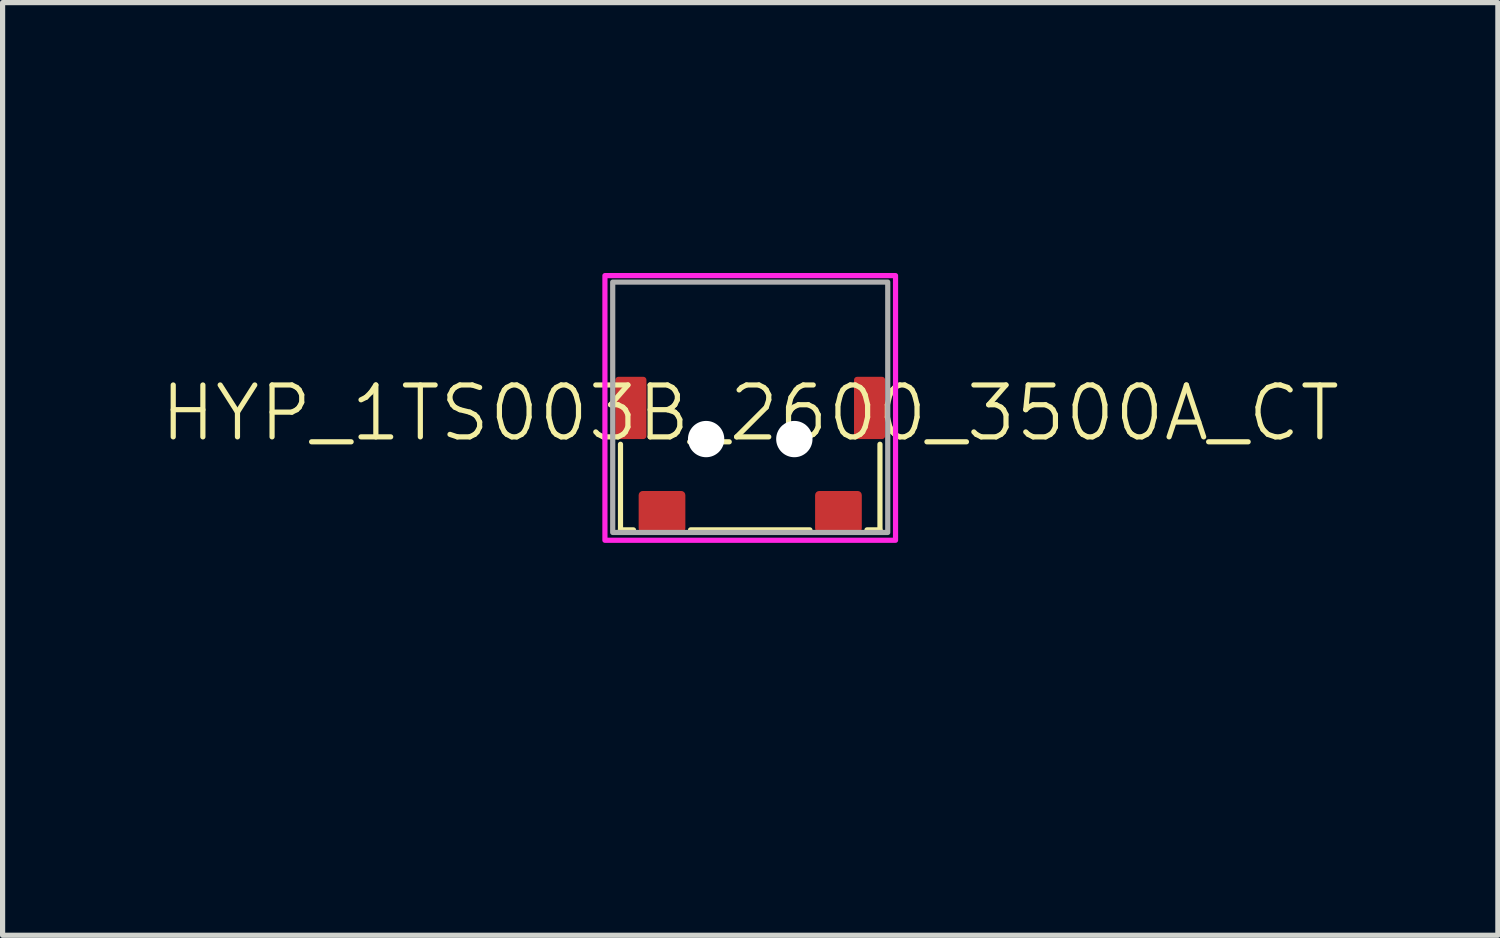
<source format=kicad_pcb>
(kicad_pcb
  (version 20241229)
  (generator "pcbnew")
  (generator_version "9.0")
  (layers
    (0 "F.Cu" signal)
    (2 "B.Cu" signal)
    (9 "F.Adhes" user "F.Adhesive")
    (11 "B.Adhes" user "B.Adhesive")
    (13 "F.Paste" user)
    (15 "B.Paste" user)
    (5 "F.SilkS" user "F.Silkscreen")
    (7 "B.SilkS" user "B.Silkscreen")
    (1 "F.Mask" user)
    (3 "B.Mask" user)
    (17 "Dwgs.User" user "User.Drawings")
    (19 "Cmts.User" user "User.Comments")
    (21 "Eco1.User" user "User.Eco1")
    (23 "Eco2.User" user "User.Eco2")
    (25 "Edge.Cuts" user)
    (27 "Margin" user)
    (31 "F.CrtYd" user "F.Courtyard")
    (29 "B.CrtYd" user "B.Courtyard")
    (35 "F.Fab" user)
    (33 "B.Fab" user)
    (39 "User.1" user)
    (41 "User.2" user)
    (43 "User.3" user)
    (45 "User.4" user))
  (footprint "HYP_1TS003B_2600_3500A_CT"
    (layer "F.Cu")
    (at 11.407 5.411)
    (property "Reference" "HYP_1TS003B_2600_3500A_CT" (at 0 -0.5 0) (unlocked yes) (layer "F.SilkS") (effects (font (size 1 1) (thickness 0.1))))
    (attr smd)
    (fp_line (start -2.5 0.1) (end -2.5 1.75) (stroke (width 0.1) (type default)) (layer "F.SilkS"))
    (fp_line (start -2.5 1.75) (end -2.25 1.75) (stroke (width 0.1) (type default)) (layer "F.SilkS"))
    (fp_line (start -1.15 1.75) (end 1.15 1.75) (stroke (width 0.1) (type default)) (layer "F.SilkS"))
    (fp_line (start 2.25 1.75) (end 2.5 1.75) (stroke (width 0.1) (type default)) (layer "F.SilkS"))
    (fp_line (start 2.5 1.75) (end 2.5 0.1) (stroke (width 0.1) (type default)) (layer "F.SilkS"))
    (fp_rect (start -2.8 -3.15) (end 2.8 1.95) (stroke (width 0.1) (type default)) (fill no) (layer "F.CrtYd"))
    (fp_rect (start -2.65 -3.025) (end 2.65 1.8) (stroke (width 0.1) (type default)) (fill no) (layer "F.Fab"))
    (dimension (type aligned) (layer "User.1") (pts (xy 14.007 5.411) (xy 14.007 7.211)) (height -3.4) (format (prefix "") (suffix "") (units 3) (units_format 1) (precision 1)) (style (thickness 0.05) (arrow_length 0.5) (text_position_mode 0) (arrow_direction outward) (extension_height 0.586) (extension_offset 0.5) (keep_text_aligned yes)) (gr_text "1.8 mm" (at 17.157 6.311 90) (layer "User.1") (effects (font (size 0.2 0.2) (thickness 0.05)))))
    (dimension (type aligned) (layer "User.1") (pts (xy 9.257 7.211) (xy 13.557 7.211)) (height 4.15) (format (prefix "") (suffix "") (units 3) (units_format 1) (precision 1)) (style (thickness 0.05) (arrow_length 0.5) (text_position_mode 0) (arrow_direction outward) (extension_height 0.586) (extension_offset 0.5) (keep_text_aligned yes)) (gr_text "4.3 mm" (at 11.407 11.111 0) (layer "User.1") (effects (font (size 0.2 0.2) (thickness 0.05)))))
    (dimension (type aligned) (layer "User.1") (pts (xy 14.507 5.411) (xy 14.507 6.411)) (height -1.65) (format (prefix "") (suffix "") (units 3) (units_format 1) (precision 1)) (style (thickness 0.05) (arrow_length 0.5) (text_position_mode 0) (arrow_direction outward) (extension_height 0.586) (extension_offset 0.5) (keep_text_aligned yes)) (gr_text "1.0 mm" (at 15.907 5.911 90) (layer "User.1") (effects (font (size 0.2 0.2) (thickness 0.05)))))
    (dimension (type aligned) (layer "User.1") (pts (xy 10.557 5.411) (xy 12.257 5.411)) (height -1.25) (format (prefix "") (suffix "") (units 3) (units_format 1) (precision 1)) (style (thickness 0.05) (arrow_length 0.5) (text_position_mode 0) (arrow_direction outward) (extension_height 0.586) (extension_offset 0.5) (keep_text_aligned yes)) (gr_text "1.7 mm" (at 11.407 3.911 0) (layer "User.1") (effects (font (size 0.2 0.2) (thickness 0.05)))))
    (dimension (type aligned) (layer "User.1") (pts (xy 13.957 5.411) (xy 13.957 4.211)) (height 2.9) (format (prefix "") (suffix "") (units 3) (units_format 1) (precision 1)) (style (thickness 0.05) (arrow_length 0.5) (text_position_mode 0) (arrow_direction outward) (extension_height 0.586) (extension_offset 0.5) (keep_text_aligned yes)) (gr_text "1.2 mm" (at 16.607 4.811 90) (layer "User.1") (effects (font (size 0.2 0.2) (thickness 0.05)))))
    (dimension (type aligned) (layer "User.1") (pts (xy 9.407 4.211) (xy 13.407 4.211)) (height -1.2) (format (prefix "") (suffix "") (units 3) (units_format 1) (precision 1)) (style (thickness 0.05) (arrow_length 0.5) (text_position_mode 0) (arrow_direction outward) (extension_height 0.586) (extension_offset 0.5) (keep_text_aligned yes)) (gr_text "4.0 mm" (at 11.407 2.761 0) (layer "User.1") (effects (font (size 0.2 0.2) (thickness 0.05)))))
    (dimension (type aligned) (layer "User.1") (pts (xy 8.807 4.211) (xy 14.007 4.211)) (height -3.6) (format (prefix "") (suffix "") (units 3) (units_format 1) (precision 1)) (style (thickness 0.05) (arrow_length 0.5) (text_position_mode 0) (arrow_direction outward) (extension_height 0.586) (extension_offset 0.5) (keep_text_aligned yes)) (gr_text "5.2 mm" (at 11.407 0.361 0) (layer "User.1") (effects (font (size 0.2 0.2) (thickness 0.05)))))
    (dimension (type aligned) (layer "User.1") (pts (xy 10.157 7.211) (xy 12.657 7.211)) (height 1.5) (format (prefix "") (suffix "") (units 3) (units_format 1) (precision 1)) (style (thickness 0.05) (arrow_length 0.5) (text_position_mode 0) (arrow_direction outward) (extension_height 0.586) (extension_offset 0.5) (keep_text_aligned yes)) (gr_text "2.5 mm" (at 11.407 8.461 0) (layer "User.1") (effects (font (size 0.2 0.2) (thickness 0.05)))))
    (pad "" np_thru_hole circle (at -0.85 0) (size 0.7 0.7) (drill 0.7) (layers "*.Cu" "*.Mask"))
    (pad "" np_thru_hole circle (at 0.85 0) (size 0.7 0.7) (drill 0.7) (layers "*.Cu" "*.Mask"))
    (pad "1" smd roundrect (at -1.7 1.4) (size 0.9 0.8) (layers "F.Cu" "F.Mask" "F.Paste") (roundrect_rratio 0.1))
    (pad "2" smd roundrect (at 1.7 1.4) (size 0.9 0.8) (layers "F.Cu" "F.Mask" "F.Paste") (roundrect_rratio 0.1))
    (pad "MP" smd roundrect (at -2.3 -0.6) (size 0.6 1.2) (layers "F.Cu" "F.Mask" "F.Paste") (roundrect_rratio 0.1))
    (pad "MP" smd roundrect (at 2.3 -0.6) (size 0.6 1.2) (layers "F.Cu" "F.Mask" "F.Paste") (roundrect_rratio 0.1)))
  (gr_rect
    (start -3 -3)
    (end 25.814 14.973)
    (stroke (width 0.1) (type default))
    (fill no)
    (layer "Edge.Cuts")))
</source>
